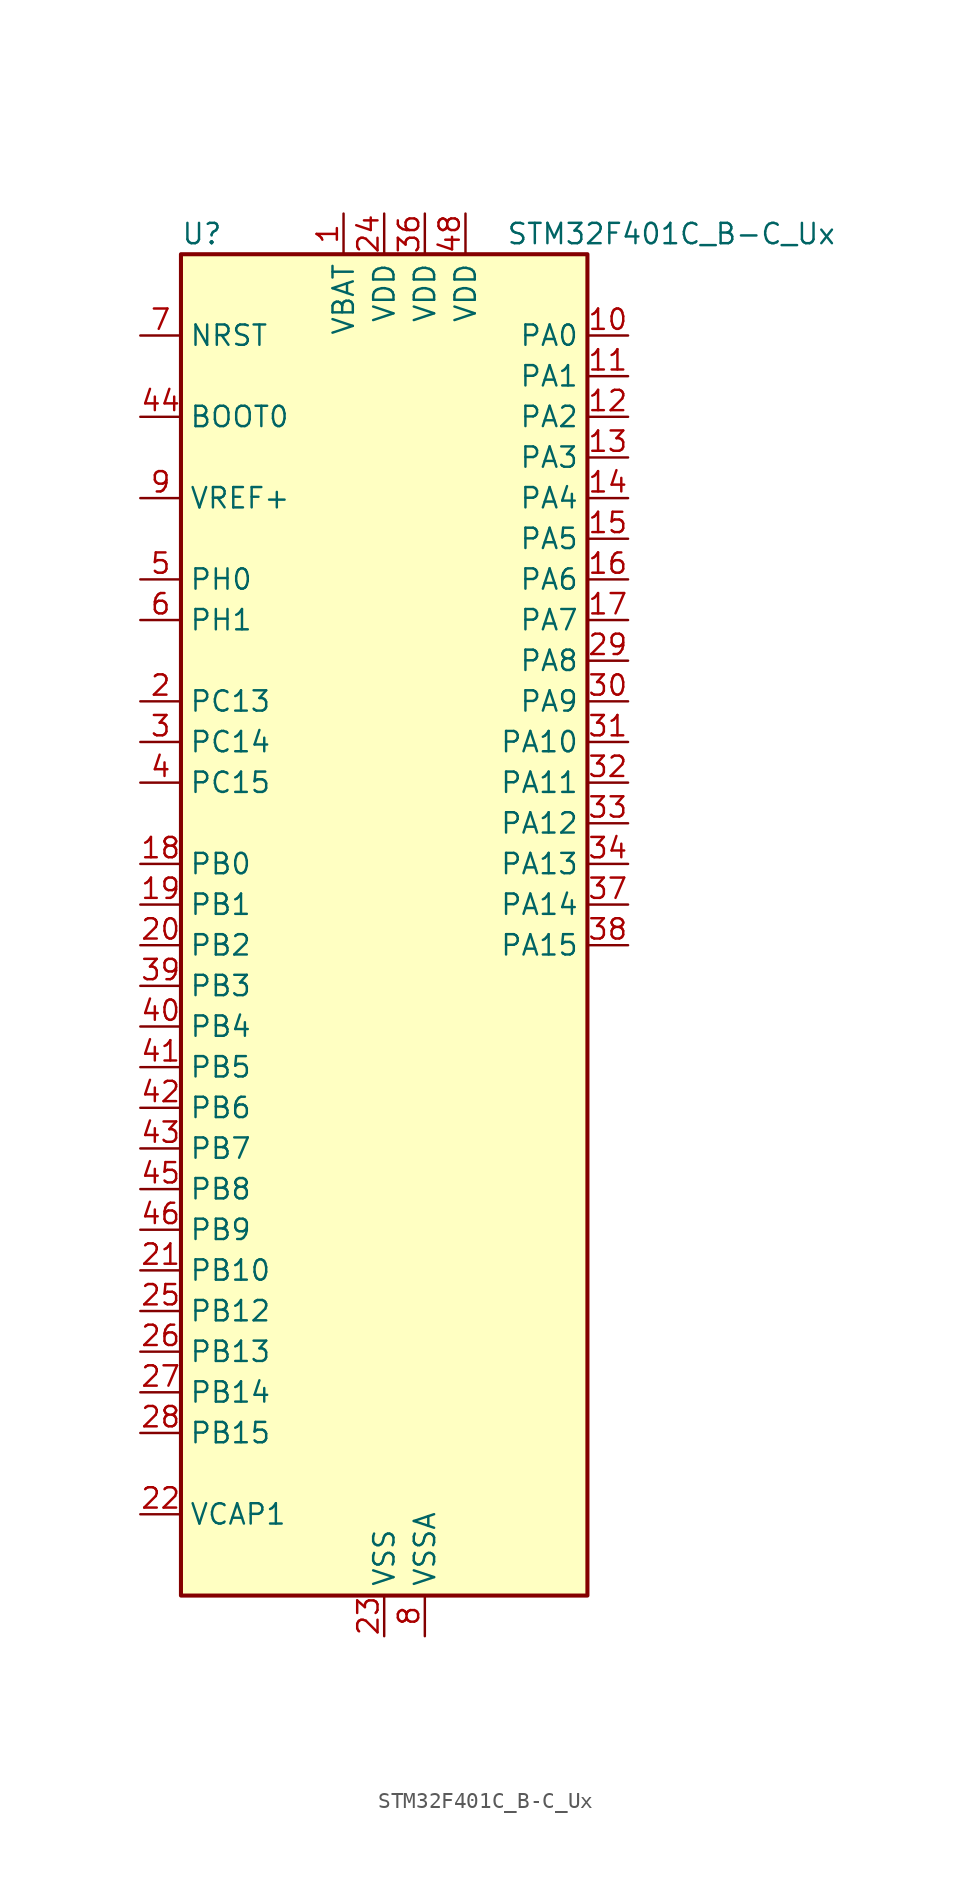
<source format=kicad_sym>
(kicad_symbol_lib
  (version 20241209)
  (generator "kicad_symbol_editor")
  (generator_version "9.0")
  (symbol "STM32F401C_B-C_Ux"
    (property "Reference" "U"
      (at -12.7 44.45 0)
      (effects (font (size 1.27 1.27)) (justify left)))
    (property "Value" "STM32F401C_B-C_Ux"
      (at 7.62 44.45 0)
      (effects (font (size 1.27 1.27)) (justify left)))
    (symbol "STM32F401C_B-C_Ux_0_1"
      (rectangle (start -12.7 -40.64) (end 12.7 43.18) (stroke (width 0.254) (type default)) (fill (type background))))
    (symbol "STM32F401C_B-C_Ux_1_1"
      (pin input line (at -15.24 38.1 0) (length 2.54) (name "NRST" (effects (font (size 1.27 1.27)))) (number "7" (effects (font (size 1.27 1.27)))))
      (pin input line (at -15.24 33.02 0) (length 2.54) (name "BOOT0" (effects (font (size 1.27 1.27)))) (number "44" (effects (font (size 1.27 1.27)))))
      (pin input line (at -15.24 27.94 0) (length 2.54) (name "VREF+" (effects (font (size 1.27 1.27)))) (number "9" (effects (font (size 1.27 1.27)))))
      (pin bidirectional line (at -15.24 22.86 0) (length 2.54) (name "PH0" (effects (font (size 1.27 1.27)))) (number "5" (effects (font (size 1.27 1.27)))) (alternate "RCC_OSC_IN" bidirectional line))
      (pin bidirectional line (at -15.24 20.32 0) (length 2.54) (name "PH1" (effects (font (size 1.27 1.27)))) (number "6" (effects (font (size 1.27 1.27)))) (alternate "RCC_OSC_OUT" bidirectional line))
      (pin bidirectional line (at -15.24 15.24 0) (length 2.54) (name "PC13" (effects (font (size 1.27 1.27)))) (number "2" (effects (font (size 1.27 1.27)))) (alternate "RTC_AF1" bidirectional line))
      (pin bidirectional line (at -15.24 12.7 0) (length 2.54) (name "PC14" (effects (font (size 1.27 1.27)))) (number "3" (effects (font (size 1.27 1.27)))) (alternate "RCC_OSC32_IN" bidirectional line))
      (pin bidirectional line (at -15.24 10.16 0) (length 2.54) (name "PC15" (effects (font (size 1.27 1.27)))) (number "4" (effects (font (size 1.27 1.27)))) (alternate "ADC1_EXTI15" bidirectional line) (alternate "RCC_OSC32_OUT" bidirectional line))
      (pin bidirectional line (at -15.24 5.08 0) (length 2.54) (name "PB0" (effects (font (size 1.27 1.27)))) (number "18" (effects (font (size 1.27 1.27)))) (alternate "ADC1_IN8" bidirectional line) (alternate "TIM1_CH2N" bidirectional line) (alternate "TIM3_CH3" bidirectional line))
      (pin bidirectional line (at -15.24 2.54 0) (length 2.54) (name "PB1" (effects (font (size 1.27 1.27)))) (number "19" (effects (font (size 1.27 1.27)))) (alternate "ADC1_IN9" bidirectional line) (alternate "TIM1_CH3N" bidirectional line) (alternate "TIM3_CH4" bidirectional line))
      (pin bidirectional line (at -15.24 0 0) (length 2.54) (name "PB2" (effects (font (size 1.27 1.27)))) (number "20" (effects (font (size 1.27 1.27)))))
      (pin bidirectional line (at -15.24 -2.54 0) (length 2.54) (name "PB3" (effects (font (size 1.27 1.27)))) (number "39" (effects (font (size 1.27 1.27)))) (alternate "I2C2_SDA" bidirectional line) (alternate "I2S3_CK" bidirectional line) (alternate "SPI1_SCK" bidirectional line) (alternate "SPI3_SCK" bidirectional line) (alternate "SYS_JTDO-SWO" bidirectional line) (alternate "TIM2_CH2" bidirectional line))
      (pin bidirectional line (at -15.24 -5.08 0) (length 2.54) (name "PB4" (effects (font (size 1.27 1.27)))) (number "40" (effects (font (size 1.27 1.27)))) (alternate "I2C3_SDA" bidirectional line) (alternate "I2S3_ext_SD" bidirectional line) (alternate "SPI1_MISO" bidirectional line) (alternate "SPI3_MISO" bidirectional line) (alternate "SYS_JTRST" bidirectional line) (alternate "TIM3_CH1" bidirectional line))
      (pin bidirectional line (at -15.24 -7.62 0) (length 2.54) (name "PB5" (effects (font (size 1.27 1.27)))) (number "41" (effects (font (size 1.27 1.27)))) (alternate "I2C1_SMBA" bidirectional line) (alternate "I2S3_SD" bidirectional line) (alternate "SPI1_MOSI" bidirectional line) (alternate "SPI3_MOSI" bidirectional line) (alternate "TIM3_CH2" bidirectional line))
      (pin bidirectional line (at -15.24 -10.16 0) (length 2.54) (name "PB6" (effects (font (size 1.27 1.27)))) (number "42" (effects (font (size 1.27 1.27)))) (alternate "I2C1_SCL" bidirectional line) (alternate "TIM4_CH1" bidirectional line) (alternate "USART1_TX" bidirectional line))
      (pin bidirectional line (at -15.24 -12.7 0) (length 2.54) (name "PB7" (effects (font (size 1.27 1.27)))) (number "43" (effects (font (size 1.27 1.27)))) (alternate "I2C1_SDA" bidirectional line) (alternate "TIM4_CH2" bidirectional line) (alternate "USART1_RX" bidirectional line))
      (pin bidirectional line (at -15.24 -15.24 0) (length 2.54) (name "PB8" (effects (font (size 1.27 1.27)))) (number "45" (effects (font (size 1.27 1.27)))) (alternate "I2C1_SCL" bidirectional line) (alternate "TIM10_CH1" bidirectional line) (alternate "TIM4_CH3" bidirectional line))
      (pin bidirectional line (at -15.24 -17.78 0) (length 2.54) (name "PB9" (effects (font (size 1.27 1.27)))) (number "46" (effects (font (size 1.27 1.27)))) (alternate "I2C1_SDA" bidirectional line) (alternate "I2S2_WS" bidirectional line) (alternate "SPI2_NSS" bidirectional line) (alternate "TIM11_CH1" bidirectional line) (alternate "TIM4_CH4" bidirectional line))
      (pin bidirectional line (at -15.24 -20.32 0) (length 2.54) (name "PB10" (effects (font (size 1.27 1.27)))) (number "21" (effects (font (size 1.27 1.27)))) (alternate "I2C2_SCL" bidirectional line) (alternate "I2S2_CK" bidirectional line) (alternate "SPI2_SCK" bidirectional line) (alternate "TIM2_CH3" bidirectional line))
      (pin bidirectional line (at -15.24 -22.86 0) (length 2.54) (name "PB12" (effects (font (size 1.27 1.27)))) (number "25" (effects (font (size 1.27 1.27)))) (alternate "I2C2_SMBA" bidirectional line) (alternate "I2S2_WS" bidirectional line) (alternate "SPI2_NSS" bidirectional line) (alternate "TIM1_BKIN" bidirectional line))
      (pin bidirectional line (at -15.24 -25.4 0) (length 2.54) (name "PB13" (effects (font (size 1.27 1.27)))) (number "26" (effects (font (size 1.27 1.27)))) (alternate "I2S2_CK" bidirectional line) (alternate "SPI2_SCK" bidirectional line) (alternate "TIM1_CH1N" bidirectional line))
      (pin bidirectional line (at -15.24 -27.94 0) (length 2.54) (name "PB14" (effects (font (size 1.27 1.27)))) (number "27" (effects (font (size 1.27 1.27)))) (alternate "I2S2_ext_SD" bidirectional line) (alternate "SPI2_MISO" bidirectional line) (alternate "TIM1_CH2N" bidirectional line))
      (pin bidirectional line (at -15.24 -30.48 0) (length 2.54) (name "PB15" (effects (font (size 1.27 1.27)))) (number "28" (effects (font (size 1.27 1.27)))) (alternate "ADC1_EXTI15" bidirectional line) (alternate "I2S2_SD" bidirectional line) (alternate "RTC_REFIN" bidirectional line) (alternate "SPI2_MOSI" bidirectional line) (alternate "TIM1_CH3N" bidirectional line))
      (pin power_out line (at -15.24 -35.56 0) (length 2.54) (name "VCAP1" (effects (font (size 1.27 1.27)))) (number "22" (effects (font (size 1.27 1.27)))))
      (pin power_in line (at -2.54 45.72 270) (length 2.54) (name "VBAT" (effects (font (size 1.27 1.27)))) (number "1" (effects (font (size 1.27 1.27)))))
      (pin power_in line (at 0 45.72 270) (length 2.54) (name "VDD" (effects (font (size 1.27 1.27)))) (number "24" (effects (font (size 1.27 1.27)))))
      (pin power_in line (at 0 -43.18 90) (length 2.54) (name "VSS" (effects (font (size 1.27 1.27)))) (number "23" (effects (font (size 1.27 1.27)))))
      (pin passive line (at 0 -43.18 90) (length 2.54) (hide yes) (name "VSS" (effects (font (size 1.27 1.27)))) (number "35" (effects (font (size 1.27 1.27)))))
      (pin passive line (at 0 -43.18 90) (length 2.54) (hide yes) (name "VSS" (effects (font (size 1.27 1.27)))) (number "47" (effects (font (size 1.27 1.27)))))
      (pin passive line (at 0 -43.18 90) (length 2.54) (hide yes) (name "VSS" (effects (font (size 1.27 1.27)))) (number "49" (effects (font (size 1.27 1.27)))))
      (pin power_in line (at 2.54 45.72 270) (length 2.54) (name "VDD" (effects (font (size 1.27 1.27)))) (number "36" (effects (font (size 1.27 1.27)))))
      (pin power_in line (at 2.54 -43.18 90) (length 2.54) (name "VSSA" (effects (font (size 1.27 1.27)))) (number "8" (effects (font (size 1.27 1.27)))))
      (pin power_in line (at 5.08 45.72 270) (length 2.54) (name "VDD" (effects (font (size 1.27 1.27)))) (number "48" (effects (font (size 1.27 1.27)))))
      (pin bidirectional line (at 15.24 38.1 180) (length 2.54) (name "PA0" (effects (font (size 1.27 1.27)))) (number "10" (effects (font (size 1.27 1.27)))) (alternate "ADC1_IN0" bidirectional line) (alternate "SYS_WKUP" bidirectional line) (alternate "TIM2_CH1" bidirectional line) (alternate "TIM2_ETR" bidirectional line) (alternate "TIM5_CH1" bidirectional line) (alternate "USART2_CTS" bidirectional line))
      (pin bidirectional line (at 15.24 35.56 180) (length 2.54) (name "PA1" (effects (font (size 1.27 1.27)))) (number "11" (effects (font (size 1.27 1.27)))) (alternate "ADC1_IN1" bidirectional line) (alternate "TIM2_CH2" bidirectional line) (alternate "TIM5_CH2" bidirectional line) (alternate "USART2_RTS" bidirectional line))
      (pin bidirectional line (at 15.24 33.02 180) (length 2.54) (name "PA2" (effects (font (size 1.27 1.27)))) (number "12" (effects (font (size 1.27 1.27)))) (alternate "ADC1_IN2" bidirectional line) (alternate "TIM2_CH3" bidirectional line) (alternate "TIM5_CH3" bidirectional line) (alternate "TIM9_CH1" bidirectional line) (alternate "USART2_TX" bidirectional line))
      (pin bidirectional line (at 15.24 30.48 180) (length 2.54) (name "PA3" (effects (font (size 1.27 1.27)))) (number "13" (effects (font (size 1.27 1.27)))) (alternate "ADC1_IN3" bidirectional line) (alternate "TIM2_CH4" bidirectional line) (alternate "TIM5_CH4" bidirectional line) (alternate "TIM9_CH2" bidirectional line) (alternate "USART2_RX" bidirectional line))
      (pin bidirectional line (at 15.24 27.94 180) (length 2.54) (name "PA4" (effects (font (size 1.27 1.27)))) (number "14" (effects (font (size 1.27 1.27)))) (alternate "ADC1_IN4" bidirectional line) (alternate "I2S3_WS" bidirectional line) (alternate "SPI1_NSS" bidirectional line) (alternate "SPI3_NSS" bidirectional line) (alternate "USART2_CK" bidirectional line))
      (pin bidirectional line (at 15.24 25.4 180) (length 2.54) (name "PA5" (effects (font (size 1.27 1.27)))) (number "15" (effects (font (size 1.27 1.27)))) (alternate "ADC1_IN5" bidirectional line) (alternate "SPI1_SCK" bidirectional line) (alternate "TIM2_CH1" bidirectional line) (alternate "TIM2_ETR" bidirectional line))
      (pin bidirectional line (at 15.24 22.86 180) (length 2.54) (name "PA6" (effects (font (size 1.27 1.27)))) (number "16" (effects (font (size 1.27 1.27)))) (alternate "ADC1_IN6" bidirectional line) (alternate "SPI1_MISO" bidirectional line) (alternate "TIM1_BKIN" bidirectional line) (alternate "TIM3_CH1" bidirectional line))
      (pin bidirectional line (at 15.24 20.32 180) (length 2.54) (name "PA7" (effects (font (size 1.27 1.27)))) (number "17" (effects (font (size 1.27 1.27)))) (alternate "ADC1_IN7" bidirectional line) (alternate "SPI1_MOSI" bidirectional line) (alternate "TIM1_CH1N" bidirectional line) (alternate "TIM3_CH2" bidirectional line))
      (pin bidirectional line (at 15.24 17.78 180) (length 2.54) (name "PA8" (effects (font (size 1.27 1.27)))) (number "29" (effects (font (size 1.27 1.27)))) (alternate "I2C3_SCL" bidirectional line) (alternate "RCC_MCO_1" bidirectional line) (alternate "TIM1_CH1" bidirectional line) (alternate "USART1_CK" bidirectional line) (alternate "USB_OTG_FS_SOF" bidirectional line))
      (pin bidirectional line (at 15.24 15.24 180) (length 2.54) (name "PA9" (effects (font (size 1.27 1.27)))) (number "30" (effects (font (size 1.27 1.27)))) (alternate "I2C3_SMBA" bidirectional line) (alternate "TIM1_CH2" bidirectional line) (alternate "USART1_TX" bidirectional line) (alternate "USB_OTG_FS_VBUS" bidirectional line))
      (pin bidirectional line (at 15.24 12.7 180) (length 2.54) (name "PA10" (effects (font (size 1.27 1.27)))) (number "31" (effects (font (size 1.27 1.27)))) (alternate "TIM1_CH3" bidirectional line) (alternate "USART1_RX" bidirectional line) (alternate "USB_OTG_FS_ID" bidirectional line))
      (pin bidirectional line (at 15.24 10.16 180) (length 2.54) (name "PA11" (effects (font (size 1.27 1.27)))) (number "32" (effects (font (size 1.27 1.27)))) (alternate "ADC1_EXTI11" bidirectional line) (alternate "TIM1_CH4" bidirectional line) (alternate "USART1_CTS" bidirectional line) (alternate "USART6_TX" bidirectional line) (alternate "USB_OTG_FS_DM" bidirectional line))
      (pin bidirectional line (at 15.24 7.62 180) (length 2.54) (name "PA12" (effects (font (size 1.27 1.27)))) (number "33" (effects (font (size 1.27 1.27)))) (alternate "TIM1_ETR" bidirectional line) (alternate "USART1_RTS" bidirectional line) (alternate "USART6_RX" bidirectional line) (alternate "USB_OTG_FS_DP" bidirectional line))
      (pin bidirectional line (at 15.24 5.08 180) (length 2.54) (name "PA13" (effects (font (size 1.27 1.27)))) (number "34" (effects (font (size 1.27 1.27)))) (alternate "SYS_JTMS-SWDIO" bidirectional line))
      (pin bidirectional line (at 15.24 2.54 180) (length 2.54) (name "PA14" (effects (font (size 1.27 1.27)))) (number "37" (effects (font (size 1.27 1.27)))) (alternate "SYS_JTCK-SWCLK" bidirectional line))
      (pin bidirectional line (at 15.24 0 180) (length 2.54) (name "PA15" (effects (font (size 1.27 1.27)))) (number "38" (effects (font (size 1.27 1.27)))) (alternate "ADC1_EXTI15" bidirectional line) (alternate "I2S3_WS" bidirectional line) (alternate "SPI1_NSS" bidirectional line) (alternate "SPI3_NSS" bidirectional line) (alternate "SYS_JTDI" bidirectional line) (alternate "TIM2_CH1" bidirectional line) (alternate "TIM2_ETR" bidirectional line)))))
</source>
